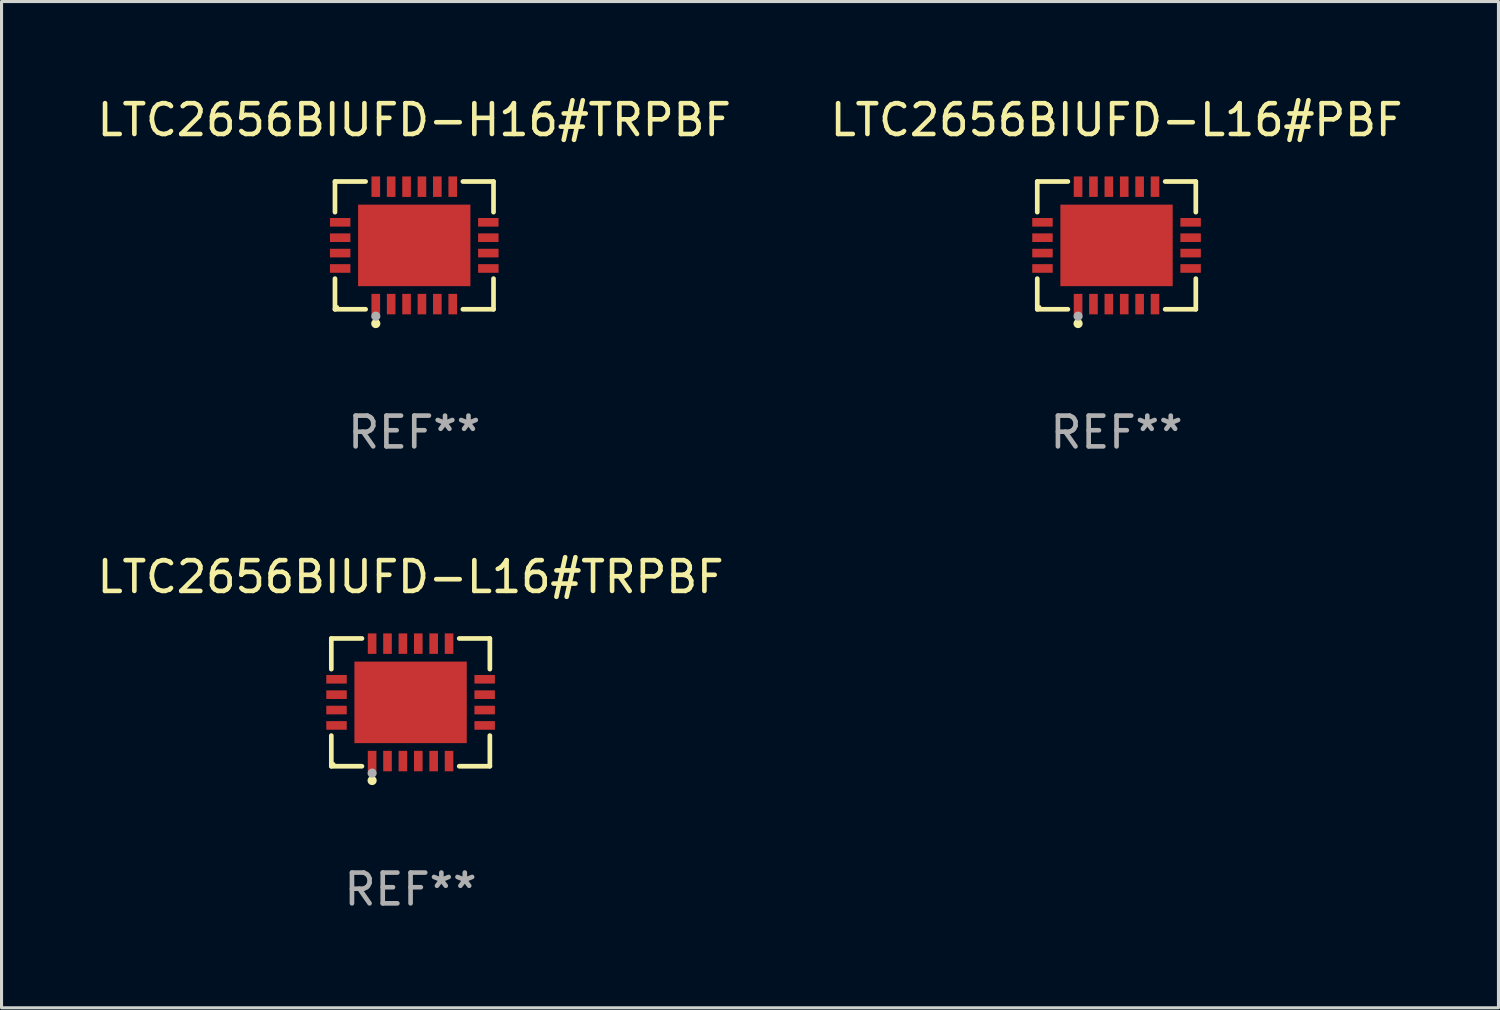
<source format=kicad_pcb>
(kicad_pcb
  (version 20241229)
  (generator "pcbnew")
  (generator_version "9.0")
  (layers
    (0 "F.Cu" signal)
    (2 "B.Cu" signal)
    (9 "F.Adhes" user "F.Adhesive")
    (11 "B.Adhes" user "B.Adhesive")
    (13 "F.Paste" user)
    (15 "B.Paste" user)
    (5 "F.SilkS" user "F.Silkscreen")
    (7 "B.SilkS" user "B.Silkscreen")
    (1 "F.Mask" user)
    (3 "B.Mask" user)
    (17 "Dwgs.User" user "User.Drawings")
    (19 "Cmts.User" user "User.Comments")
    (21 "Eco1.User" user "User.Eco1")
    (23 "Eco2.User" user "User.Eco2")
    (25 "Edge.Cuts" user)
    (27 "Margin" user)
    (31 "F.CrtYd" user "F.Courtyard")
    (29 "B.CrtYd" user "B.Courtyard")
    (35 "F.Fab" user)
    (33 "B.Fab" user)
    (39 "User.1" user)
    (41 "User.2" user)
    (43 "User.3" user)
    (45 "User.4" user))
  (footprint "LTC2656BIUFD-H16#TRPBF"
    (layer "F.Cu")
    (at 10.411 4.924)
    (property "Reference" "LTC2656BIUFD-H16#TRPBF" (at 0 -4.076 0) (layer "F.SilkS") (effects (font (size 1 1) (thickness 0.15))))
    (attr through_hole)
    (fp_line (start -2.576 -2.076) (end -1.58 -2.076) (stroke (width 0.152) (type solid)) (layer "F.SilkS"))
    (fp_line (start -2.576 -1.08) (end -2.576 -2.076) (stroke (width 0.152) (type solid)) (layer "F.SilkS"))
    (fp_line (start -2.576 1.08) (end -2.576 2.076) (stroke (width 0.152) (type solid)) (layer "F.SilkS"))
    (fp_line (start -2.576 2.076) (end -1.58 2.076) (stroke (width 0.152) (type solid)) (layer "F.SilkS"))
    (fp_line (start 2.576 -2.076) (end 1.58 -2.076) (stroke (width 0.152) (type solid)) (layer "F.SilkS"))
    (fp_line (start 2.576 -1.08) (end 2.576 -2.076) (stroke (width 0.152) (type solid)) (layer "F.SilkS"))
    (fp_line (start 2.576 1.08) (end 2.576 2.076) (stroke (width 0.152) (type solid)) (layer "F.SilkS"))
    (fp_line (start 2.576 2.076) (end 1.58 2.076) (stroke (width 0.152) (type solid)) (layer "F.SilkS"))
    (fp_circle (center -2.5 2) (end -2.47 2) (stroke (width 0.06) (type solid)) (fill no) (layer "F.SilkS"))
    (fp_circle (center -1.25 2.54) (end -1.175 2.54) (stroke (width 0.15) (type solid)) (fill no) (layer "F.SilkS"))
    (fp_circle (center -1.25 2.3) (end -1.175 2.3) (stroke (width 0.15) (type solid)) (fill no) (layer "F.Fab"))
    (fp_text user "REF**" (at 0 6.076 0) (layer "F.Fab") (effects (font (size 1 1) (thickness 0.15))))
    (pad "1" smd rect (at -1.25 1.908) (size 0.28 0.665) (layers "F.Cu" "F.Mask" "F.Paste"))
    (pad "2" smd rect (at -0.75 1.908) (size 0.28 0.665) (layers "F.Cu" "F.Mask" "F.Paste"))
    (pad "3" smd rect (at -0.25 1.908) (size 0.28 0.665) (layers "F.Cu" "F.Mask" "F.Paste"))
    (pad "4" smd rect (at 0.25 1.908) (size 0.28 0.665) (layers "F.Cu" "F.Mask" "F.Paste"))
    (pad "5" smd rect (at 0.75 1.908) (size 0.28 0.665) (layers "F.Cu" "F.Mask" "F.Paste"))
    (pad "6" smd rect (at 1.25 1.908) (size 0.28 0.665) (layers "F.Cu" "F.Mask" "F.Paste"))
    (pad "7" smd rect (at 2.407 0.75) (size 0.665 0.28) (layers "F.Cu" "F.Mask" "F.Paste"))
    (pad "8" smd rect (at 2.407 0.25) (size 0.665 0.28) (layers "F.Cu" "F.Mask" "F.Paste"))
    (pad "9" smd rect (at 2.407 -0.25) (size 0.665 0.28) (layers "F.Cu" "F.Mask" "F.Paste"))
    (pad "10" smd rect (at 2.407 -0.75) (size 0.665 0.28) (layers "F.Cu" "F.Mask" "F.Paste"))
    (pad "11" smd rect (at 1.25 -1.908) (size 0.28 0.665) (layers "F.Cu" "F.Mask" "F.Paste"))
    (pad "12" smd rect (at 0.75 -1.908) (size 0.28 0.665) (layers "F.Cu" "F.Mask" "F.Paste"))
    (pad "13" smd rect (at 0.25 -1.908) (size 0.28 0.665) (layers "F.Cu" "F.Mask" "F.Paste"))
    (pad "14" smd rect (at -0.25 -1.908) (size 0.28 0.665) (layers "F.Cu" "F.Mask" "F.Paste"))
    (pad "15" smd rect (at -0.75 -1.908) (size 0.28 0.665) (layers "F.Cu" "F.Mask" "F.Paste"))
    (pad "16" smd rect (at -1.25 -1.908) (size 0.28 0.665) (layers "F.Cu" "F.Mask" "F.Paste"))
    (pad "17" smd rect (at -2.407 -0.75) (size 0.665 0.28) (layers "F.Cu" "F.Mask" "F.Paste"))
    (pad "18" smd rect (at -2.407 -0.25) (size 0.665 0.28) (layers "F.Cu" "F.Mask" "F.Paste"))
    (pad "19" smd rect (at -2.407 0.25) (size 0.665 0.28) (layers "F.Cu" "F.Mask" "F.Paste"))
    (pad "20" smd rect (at -2.407 0.75) (size 0.665 0.28) (layers "F.Cu" "F.Mask" "F.Paste"))
    (pad "21" smd rect (at 0 0) (size 3.65 2.65) (layers "F.Cu" "F.Mask" "F.Paste")))
  (footprint "LTC2656BIUFD-L16#PBF"
    (layer "F.Cu")
    (at 33.232 4.924)
    (property "Reference" "LTC2656BIUFD-L16#PBF" (at 0 -4.076 0) (layer "F.SilkS") (effects (font (size 1 1) (thickness 0.15))))
    (attr through_hole)
    (fp_line (start -2.576 -2.076) (end -1.58 -2.076) (stroke (width 0.152) (type solid)) (layer "F.SilkS"))
    (fp_line (start -2.576 -1.08) (end -2.576 -2.076) (stroke (width 0.152) (type solid)) (layer "F.SilkS"))
    (fp_line (start -2.576 1.08) (end -2.576 2.076) (stroke (width 0.152) (type solid)) (layer "F.SilkS"))
    (fp_line (start -2.576 2.076) (end -1.58 2.076) (stroke (width 0.152) (type solid)) (layer "F.SilkS"))
    (fp_line (start 2.576 -2.076) (end 1.58 -2.076) (stroke (width 0.152) (type solid)) (layer "F.SilkS"))
    (fp_line (start 2.576 -1.08) (end 2.576 -2.076) (stroke (width 0.152) (type solid)) (layer "F.SilkS"))
    (fp_line (start 2.576 1.08) (end 2.576 2.076) (stroke (width 0.152) (type solid)) (layer "F.SilkS"))
    (fp_line (start 2.576 2.076) (end 1.58 2.076) (stroke (width 0.152) (type solid)) (layer "F.SilkS"))
    (fp_circle (center -2.5 2) (end -2.47 2) (stroke (width 0.06) (type solid)) (fill no) (layer "F.SilkS"))
    (fp_circle (center -1.25 2.54) (end -1.175 2.54) (stroke (width 0.15) (type solid)) (fill no) (layer "F.SilkS"))
    (fp_circle (center -1.25 2.3) (end -1.175 2.3) (stroke (width 0.15) (type solid)) (fill no) (layer "F.Fab"))
    (fp_text user "REF**" (at 0 6.076 0) (layer "F.Fab") (effects (font (size 1 1) (thickness 0.15))))
    (pad "1" smd rect (at -1.25 1.908) (size 0.28 0.665) (layers "F.Cu" "F.Mask" "F.Paste"))
    (pad "2" smd rect (at -0.75 1.908) (size 0.28 0.665) (layers "F.Cu" "F.Mask" "F.Paste"))
    (pad "3" smd rect (at -0.25 1.908) (size 0.28 0.665) (layers "F.Cu" "F.Mask" "F.Paste"))
    (pad "4" smd rect (at 0.25 1.908) (size 0.28 0.665) (layers "F.Cu" "F.Mask" "F.Paste"))
    (pad "5" smd rect (at 0.75 1.908) (size 0.28 0.665) (layers "F.Cu" "F.Mask" "F.Paste"))
    (pad "6" smd rect (at 1.25 1.908) (size 0.28 0.665) (layers "F.Cu" "F.Mask" "F.Paste"))
    (pad "7" smd rect (at 2.407 0.75) (size 0.665 0.28) (layers "F.Cu" "F.Mask" "F.Paste"))
    (pad "8" smd rect (at 2.407 0.25) (size 0.665 0.28) (layers "F.Cu" "F.Mask" "F.Paste"))
    (pad "9" smd rect (at 2.407 -0.25) (size 0.665 0.28) (layers "F.Cu" "F.Mask" "F.Paste"))
    (pad "10" smd rect (at 2.407 -0.75) (size 0.665 0.28) (layers "F.Cu" "F.Mask" "F.Paste"))
    (pad "11" smd rect (at 1.25 -1.908) (size 0.28 0.665) (layers "F.Cu" "F.Mask" "F.Paste"))
    (pad "12" smd rect (at 0.75 -1.908) (size 0.28 0.665) (layers "F.Cu" "F.Mask" "F.Paste"))
    (pad "13" smd rect (at 0.25 -1.908) (size 0.28 0.665) (layers "F.Cu" "F.Mask" "F.Paste"))
    (pad "14" smd rect (at -0.25 -1.908) (size 0.28 0.665) (layers "F.Cu" "F.Mask" "F.Paste"))
    (pad "15" smd rect (at -0.75 -1.908) (size 0.28 0.665) (layers "F.Cu" "F.Mask" "F.Paste"))
    (pad "16" smd rect (at -1.25 -1.908) (size 0.28 0.665) (layers "F.Cu" "F.Mask" "F.Paste"))
    (pad "17" smd rect (at -2.407 -0.75) (size 0.665 0.28) (layers "F.Cu" "F.Mask" "F.Paste"))
    (pad "18" smd rect (at -2.407 -0.25) (size 0.665 0.28) (layers "F.Cu" "F.Mask" "F.Paste"))
    (pad "19" smd rect (at -2.407 0.25) (size 0.665 0.28) (layers "F.Cu" "F.Mask" "F.Paste"))
    (pad "20" smd rect (at -2.407 0.75) (size 0.665 0.28) (layers "F.Cu" "F.Mask" "F.Paste"))
    (pad "21" smd rect (at 0 0) (size 3.65 2.65) (layers "F.Cu" "F.Mask" "F.Paste")))
  (footprint "LTC2656BIUFD-L16#TRPBF"
    (layer "F.Cu")
    (at 10.292 19.773)
    (property "Reference" "LTC2656BIUFD-L16#TRPBF" (at 0 -4.076 0) (layer "F.SilkS") (effects (font (size 1 1) (thickness 0.15))))
    (attr through_hole)
    (fp_line (start -2.576 -2.076) (end -1.58 -2.076) (stroke (width 0.152) (type solid)) (layer "F.SilkS"))
    (fp_line (start -2.576 -1.08) (end -2.576 -2.076) (stroke (width 0.152) (type solid)) (layer "F.SilkS"))
    (fp_line (start -2.576 1.08) (end -2.576 2.076) (stroke (width 0.152) (type solid)) (layer "F.SilkS"))
    (fp_line (start -2.576 2.076) (end -1.58 2.076) (stroke (width 0.152) (type solid)) (layer "F.SilkS"))
    (fp_line (start 2.576 -2.076) (end 1.58 -2.076) (stroke (width 0.152) (type solid)) (layer "F.SilkS"))
    (fp_line (start 2.576 -1.08) (end 2.576 -2.076) (stroke (width 0.152) (type solid)) (layer "F.SilkS"))
    (fp_line (start 2.576 1.08) (end 2.576 2.076) (stroke (width 0.152) (type solid)) (layer "F.SilkS"))
    (fp_line (start 2.576 2.076) (end 1.58 2.076) (stroke (width 0.152) (type solid)) (layer "F.SilkS"))
    (fp_circle (center -2.5 2) (end -2.47 2) (stroke (width 0.06) (type solid)) (fill no) (layer "F.SilkS"))
    (fp_circle (center -1.25 2.54) (end -1.175 2.54) (stroke (width 0.15) (type solid)) (fill no) (layer "F.SilkS"))
    (fp_circle (center -1.25 2.3) (end -1.175 2.3) (stroke (width 0.15) (type solid)) (fill no) (layer "F.Fab"))
    (fp_text user "REF**" (at 0 6.076 0) (layer "F.Fab") (effects (font (size 1 1) (thickness 0.15))))
    (pad "1" smd rect (at -1.25 1.908) (size 0.28 0.665) (layers "F.Cu" "F.Mask" "F.Paste"))
    (pad "2" smd rect (at -0.75 1.908) (size 0.28 0.665) (layers "F.Cu" "F.Mask" "F.Paste"))
    (pad "3" smd rect (at -0.25 1.908) (size 0.28 0.665) (layers "F.Cu" "F.Mask" "F.Paste"))
    (pad "4" smd rect (at 0.25 1.908) (size 0.28 0.665) (layers "F.Cu" "F.Mask" "F.Paste"))
    (pad "5" smd rect (at 0.75 1.908) (size 0.28 0.665) (layers "F.Cu" "F.Mask" "F.Paste"))
    (pad "6" smd rect (at 1.25 1.908) (size 0.28 0.665) (layers "F.Cu" "F.Mask" "F.Paste"))
    (pad "7" smd rect (at 2.407 0.75) (size 0.665 0.28) (layers "F.Cu" "F.Mask" "F.Paste"))
    (pad "8" smd rect (at 2.407 0.25) (size 0.665 0.28) (layers "F.Cu" "F.Mask" "F.Paste"))
    (pad "9" smd rect (at 2.407 -0.25) (size 0.665 0.28) (layers "F.Cu" "F.Mask" "F.Paste"))
    (pad "10" smd rect (at 2.407 -0.75) (size 0.665 0.28) (layers "F.Cu" "F.Mask" "F.Paste"))
    (pad "11" smd rect (at 1.25 -1.908) (size 0.28 0.665) (layers "F.Cu" "F.Mask" "F.Paste"))
    (pad "12" smd rect (at 0.75 -1.908) (size 0.28 0.665) (layers "F.Cu" "F.Mask" "F.Paste"))
    (pad "13" smd rect (at 0.25 -1.908) (size 0.28 0.665) (layers "F.Cu" "F.Mask" "F.Paste"))
    (pad "14" smd rect (at -0.25 -1.908) (size 0.28 0.665) (layers "F.Cu" "F.Mask" "F.Paste"))
    (pad "15" smd rect (at -0.75 -1.908) (size 0.28 0.665) (layers "F.Cu" "F.Mask" "F.Paste"))
    (pad "16" smd rect (at -1.25 -1.908) (size 0.28 0.665) (layers "F.Cu" "F.Mask" "F.Paste"))
    (pad "17" smd rect (at -2.407 -0.75) (size 0.665 0.28) (layers "F.Cu" "F.Mask" "F.Paste"))
    (pad "18" smd rect (at -2.407 -0.25) (size 0.665 0.28) (layers "F.Cu" "F.Mask" "F.Paste"))
    (pad "19" smd rect (at -2.407 0.25) (size 0.665 0.28) (layers "F.Cu" "F.Mask" "F.Paste"))
    (pad "20" smd rect (at -2.407 0.75) (size 0.665 0.28) (layers "F.Cu" "F.Mask" "F.Paste"))
    (pad "21" smd rect (at 0 0) (size 3.65 2.65) (layers "F.Cu" "F.Mask" "F.Paste")))
  (gr_rect
    (start -3 -3)
    (end 45.643 29.698)
    (stroke (width 0.1) (type default))
    (fill no)
    (layer "Edge.Cuts")))
</source>
